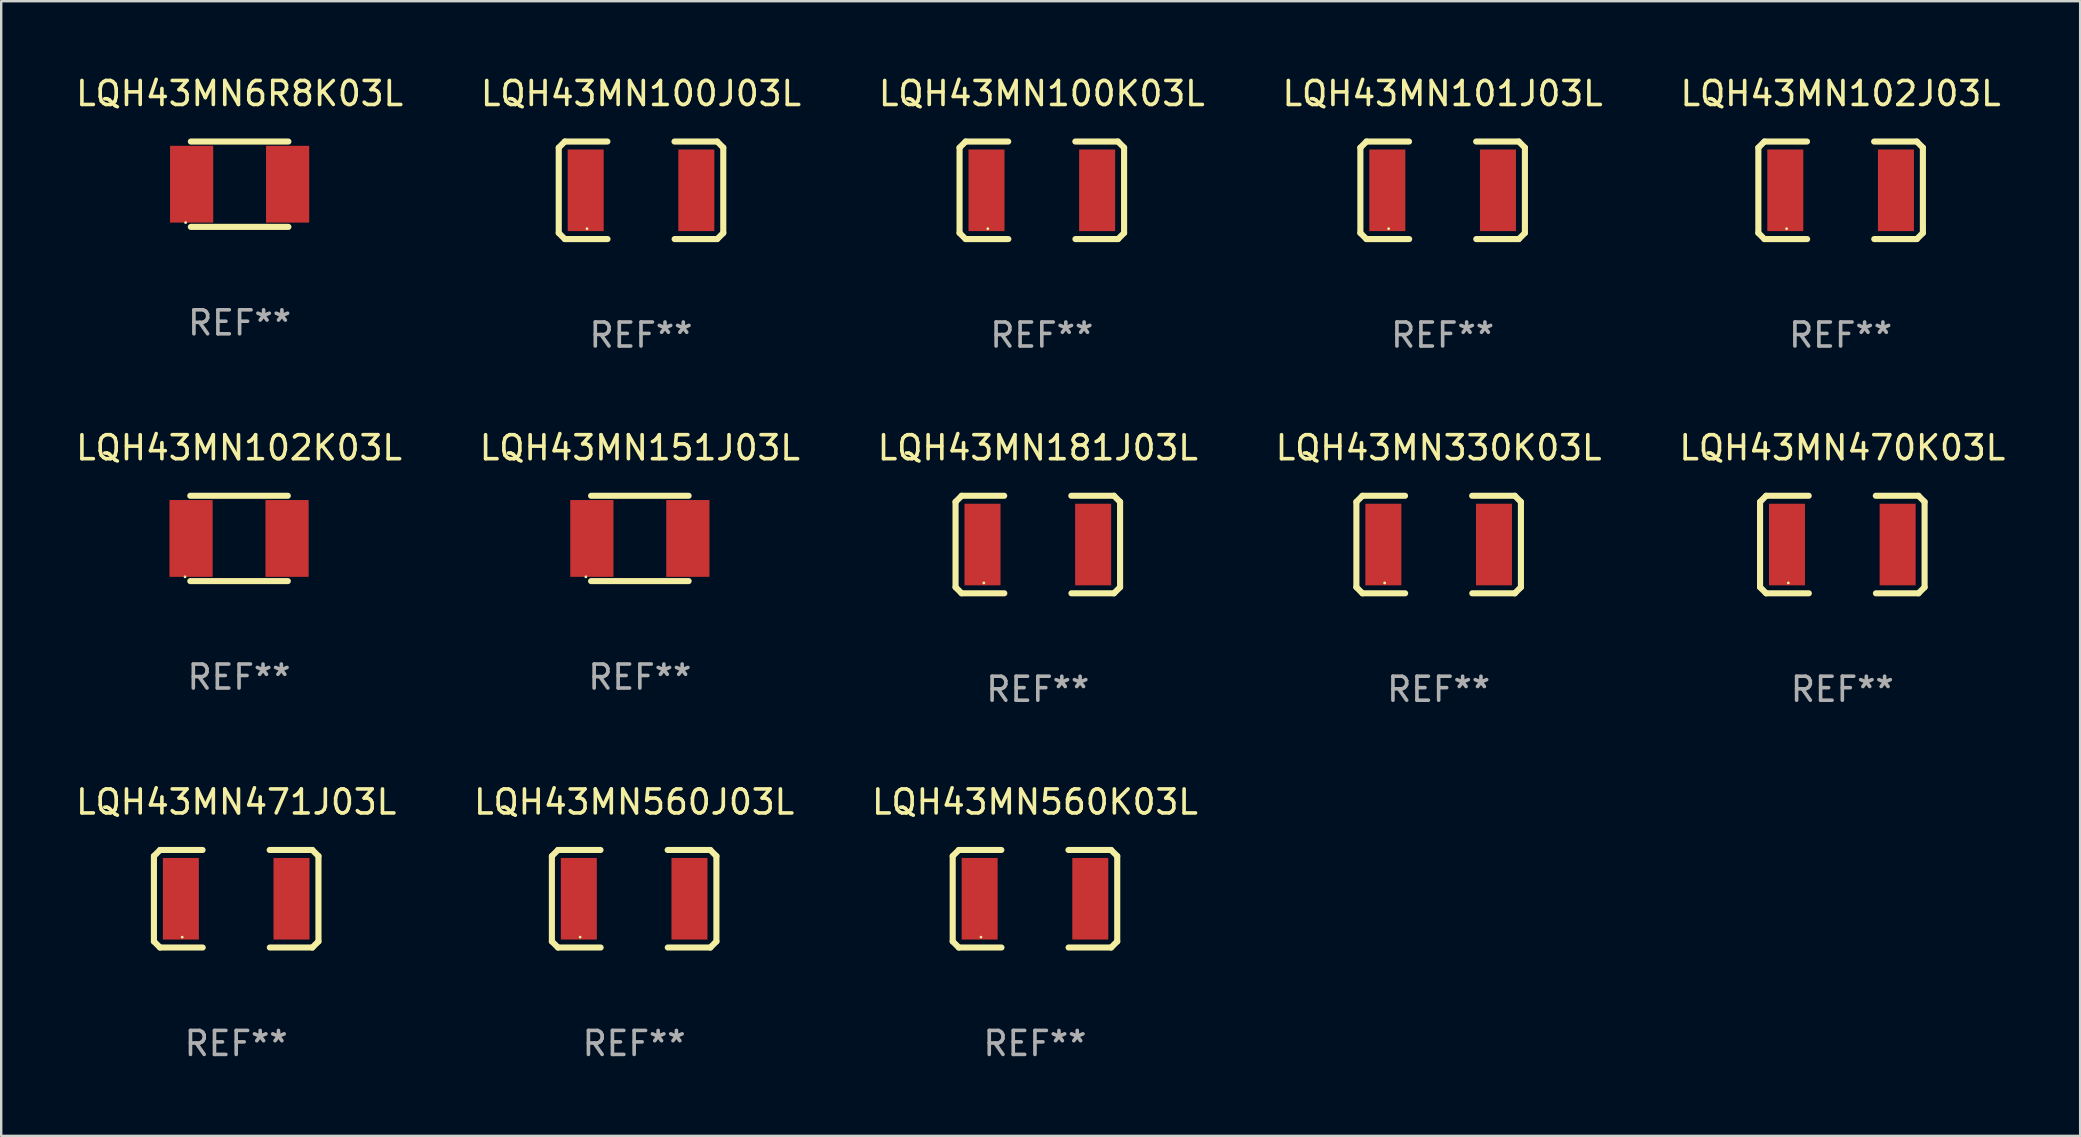
<source format=kicad_pcb>
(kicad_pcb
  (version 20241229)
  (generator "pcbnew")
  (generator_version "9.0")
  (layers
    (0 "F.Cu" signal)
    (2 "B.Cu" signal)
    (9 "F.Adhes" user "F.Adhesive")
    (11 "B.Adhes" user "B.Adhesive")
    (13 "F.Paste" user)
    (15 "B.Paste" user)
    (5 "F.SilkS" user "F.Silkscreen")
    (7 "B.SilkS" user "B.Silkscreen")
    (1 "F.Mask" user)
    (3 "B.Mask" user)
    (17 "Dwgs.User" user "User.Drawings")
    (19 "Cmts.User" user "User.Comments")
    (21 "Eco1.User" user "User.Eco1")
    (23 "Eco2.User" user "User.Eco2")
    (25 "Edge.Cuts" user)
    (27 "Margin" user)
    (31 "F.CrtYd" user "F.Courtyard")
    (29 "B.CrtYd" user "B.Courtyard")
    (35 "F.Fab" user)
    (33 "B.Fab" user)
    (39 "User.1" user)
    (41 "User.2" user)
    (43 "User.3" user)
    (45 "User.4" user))
  (footprint "LQH43MN560J03L"
    (layer "F.Cu")
    (at 23.375 34.401)
    (property "Reference" "LQH43MN560J03L" (at 0 -4.032 0) (layer "F.SilkS") (effects (font (size 1 1) (thickness 0.15))))
    (attr through_hole)
    (fp_line (start -3.428 -1.778) (end -3.174 -2.032) (stroke (width 0.254) (type solid)) (layer "F.SilkS"))
    (fp_line (start -3.428 1.778) (end -3.428 -1.778) (stroke (width 0.254) (type solid)) (layer "F.SilkS"))
    (fp_line (start -3.174 -2.032) (end -1.401 -2.032) (stroke (width 0.254) (type solid)) (layer "F.SilkS"))
    (fp_line (start -3.174 2.032) (end -3.428 1.778) (stroke (width 0.254) (type solid)) (layer "F.SilkS"))
    (fp_line (start -1.396 2.032) (end -3.174 2.032) (stroke (width 0.254) (type solid)) (layer "F.SilkS"))
    (fp_line (start 1.396 -2.032) (end 3.174 -2.032) (stroke (width 0.254) (type solid)) (layer "F.SilkS"))
    (fp_line (start 3.174 -2.032) (end 3.428 -1.778) (stroke (width 0.254) (type solid)) (layer "F.SilkS"))
    (fp_line (start 3.174 2.032) (end 1.401 2.032) (stroke (width 0.254) (type solid)) (layer "F.SilkS"))
    (fp_line (start 3.428 -1.778) (end 3.428 1.778) (stroke (width 0.254) (type solid)) (layer "F.SilkS"))
    (fp_line (start 3.428 1.778) (end 3.174 2.032) (stroke (width 0.254) (type solid)) (layer "F.SilkS"))
    (fp_circle (center -2.25 1.6) (end -2.22 1.6) (stroke (width 0.06) (type solid)) (fill no) (layer "F.SilkS"))
    (fp_text user "REF**" (at 0 6.032 0) (layer "F.Fab") (effects (font (size 1 1) (thickness 0.15))))
    (pad "1" smd rect (at -2.305 0) (size 1.5 3.4) (layers "F.Cu" "F.Mask" "F.Paste"))
    (pad "2" smd rect (at 2.305 0) (size 1.5 3.4) (layers "F.Cu" "F.Mask" "F.Paste")))
  (footprint "LQH43MN151J03L"
    (layer "F.Cu")
    (at 23.613 19.387)
    (property "Reference" "LQH43MN151J03L" (at 0 -3.778 0) (layer "F.SilkS") (effects (font (size 1 1) (thickness 0.15))))
    (attr through_hole)
    (fp_line (start -2.032 -1.778) (end 2.032 -1.778) (stroke (width 0.254) (type solid)) (layer "F.SilkS"))
    (fp_line (start 2.032 1.778) (end -2.032 1.778) (stroke (width 0.254) (type solid)) (layer "F.SilkS"))
    (fp_circle (center -2.25 1.6) (end -2.22 1.6) (stroke (width 0.06) (type solid)) (fill no) (layer "F.SilkS"))
    (fp_text user "REF**" (at 0 5.778 0) (layer "F.Fab") (effects (font (size 1 1) (thickness 0.15))))
    (pad "1" smd rect (at -2 0) (size 1.8 3.2) (layers "F.Cu" "F.Mask" "F.Paste"))
    (pad "2" smd rect (at 2 0) (size 1.8 3.2) (layers "F.Cu" "F.Mask" "F.Paste")))
  (footprint "LQH43MN101J03L"
    (layer "F.Cu")
    (at 57.065 4.88)
    (property "Reference" "LQH43MN101J03L" (at 0 -4.032 0) (layer "F.SilkS") (effects (font (size 1 1) (thickness 0.15))))
    (attr through_hole)
    (fp_line (start -3.428 -1.778) (end -3.174 -2.032) (stroke (width 0.254) (type solid)) (layer "F.SilkS"))
    (fp_line (start -3.428 1.778) (end -3.428 -1.778) (stroke (width 0.254) (type solid)) (layer "F.SilkS"))
    (fp_line (start -3.174 -2.032) (end -1.401 -2.032) (stroke (width 0.254) (type solid)) (layer "F.SilkS"))
    (fp_line (start -3.174 2.032) (end -3.428 1.778) (stroke (width 0.254) (type solid)) (layer "F.SilkS"))
    (fp_line (start -1.396 2.032) (end -3.174 2.032) (stroke (width 0.254) (type solid)) (layer "F.SilkS"))
    (fp_line (start 1.396 -2.032) (end 3.174 -2.032) (stroke (width 0.254) (type solid)) (layer "F.SilkS"))
    (fp_line (start 3.174 -2.032) (end 3.428 -1.778) (stroke (width 0.254) (type solid)) (layer "F.SilkS"))
    (fp_line (start 3.174 2.032) (end 1.401 2.032) (stroke (width 0.254) (type solid)) (layer "F.SilkS"))
    (fp_line (start 3.428 -1.778) (end 3.428 1.778) (stroke (width 0.254) (type solid)) (layer "F.SilkS"))
    (fp_line (start 3.428 1.778) (end 3.174 2.032) (stroke (width 0.254) (type solid)) (layer "F.SilkS"))
    (fp_circle (center -2.25 1.6) (end -2.22 1.6) (stroke (width 0.06) (type solid)) (fill no) (layer "F.SilkS"))
    (fp_text user "REF**" (at 0 6.032 0) (layer "F.Fab") (effects (font (size 1 1) (thickness 0.15))))
    (pad "1" smd rect (at -2.305 0) (size 1.5 3.4) (layers "F.Cu" "F.Mask" "F.Paste"))
    (pad "2" smd rect (at 2.305 0) (size 1.5 3.4) (layers "F.Cu" "F.Mask" "F.Paste")))
  (footprint "LQH43MN330K03L"
    (layer "F.Cu")
    (at 56.899 19.641)
    (property "Reference" "LQH43MN330K03L" (at 0 -4.032 0) (layer "F.SilkS") (effects (font (size 1 1) (thickness 0.15))))
    (attr through_hole)
    (fp_line (start -3.428 -1.778) (end -3.174 -2.032) (stroke (width 0.254) (type solid)) (layer "F.SilkS"))
    (fp_line (start -3.428 1.778) (end -3.428 -1.778) (stroke (width 0.254) (type solid)) (layer "F.SilkS"))
    (fp_line (start -3.174 -2.032) (end -1.401 -2.032) (stroke (width 0.254) (type solid)) (layer "F.SilkS"))
    (fp_line (start -3.174 2.032) (end -3.428 1.778) (stroke (width 0.254) (type solid)) (layer "F.SilkS"))
    (fp_line (start -1.396 2.032) (end -3.174 2.032) (stroke (width 0.254) (type solid)) (layer "F.SilkS"))
    (fp_line (start 1.396 -2.032) (end 3.174 -2.032) (stroke (width 0.254) (type solid)) (layer "F.SilkS"))
    (fp_line (start 3.174 -2.032) (end 3.428 -1.778) (stroke (width 0.254) (type solid)) (layer "F.SilkS"))
    (fp_line (start 3.174 2.032) (end 1.401 2.032) (stroke (width 0.254) (type solid)) (layer "F.SilkS"))
    (fp_line (start 3.428 -1.778) (end 3.428 1.778) (stroke (width 0.254) (type solid)) (layer "F.SilkS"))
    (fp_line (start 3.428 1.778) (end 3.174 2.032) (stroke (width 0.254) (type solid)) (layer "F.SilkS"))
    (fp_circle (center -2.25 1.6) (end -2.22 1.6) (stroke (width 0.06) (type solid)) (fill no) (layer "F.SilkS"))
    (fp_text user "REF**" (at 0 6.032 0) (layer "F.Fab") (effects (font (size 1 1) (thickness 0.15))))
    (pad "1" smd rect (at -2.305 0) (size 1.5 3.4) (layers "F.Cu" "F.Mask" "F.Paste"))
    (pad "2" smd rect (at 2.305 0) (size 1.5 3.4) (layers "F.Cu" "F.Mask" "F.Paste")))
  (footprint "LQH43MN470K03L"
    (layer "F.Cu")
    (at 73.72 19.641)
    (property "Reference" "LQH43MN470K03L" (at 0 -4.032 0) (layer "F.SilkS") (effects (font (size 1 1) (thickness 0.15))))
    (attr through_hole)
    (fp_line (start -3.428 -1.778) (end -3.174 -2.032) (stroke (width 0.254) (type solid)) (layer "F.SilkS"))
    (fp_line (start -3.428 1.778) (end -3.428 -1.778) (stroke (width 0.254) (type solid)) (layer "F.SilkS"))
    (fp_line (start -3.174 -2.032) (end -1.401 -2.032) (stroke (width 0.254) (type solid)) (layer "F.SilkS"))
    (fp_line (start -3.174 2.032) (end -3.428 1.778) (stroke (width 0.254) (type solid)) (layer "F.SilkS"))
    (fp_line (start -1.396 2.032) (end -3.174 2.032) (stroke (width 0.254) (type solid)) (layer "F.SilkS"))
    (fp_line (start 1.396 -2.032) (end 3.174 -2.032) (stroke (width 0.254) (type solid)) (layer "F.SilkS"))
    (fp_line (start 3.174 -2.032) (end 3.428 -1.778) (stroke (width 0.254) (type solid)) (layer "F.SilkS"))
    (fp_line (start 3.174 2.032) (end 1.401 2.032) (stroke (width 0.254) (type solid)) (layer "F.SilkS"))
    (fp_line (start 3.428 -1.778) (end 3.428 1.778) (stroke (width 0.254) (type solid)) (layer "F.SilkS"))
    (fp_line (start 3.428 1.778) (end 3.174 2.032) (stroke (width 0.254) (type solid)) (layer "F.SilkS"))
    (fp_circle (center -2.25 1.6) (end -2.22 1.6) (stroke (width 0.06) (type solid)) (fill no) (layer "F.SilkS"))
    (fp_text user "REF**" (at 0 6.032 0) (layer "F.Fab") (effects (font (size 1 1) (thickness 0.15))))
    (pad "1" smd rect (at -2.305 0) (size 1.5 3.4) (layers "F.Cu" "F.Mask" "F.Paste"))
    (pad "2" smd rect (at 2.305 0) (size 1.5 3.4) (layers "F.Cu" "F.Mask" "F.Paste")))
  (footprint "LQH43MN6R8K03L"
    (layer "F.Cu")
    (at 6.935 4.626)
    (property "Reference" "LQH43MN6R8K03L" (at 0 -3.778 0) (layer "F.SilkS") (effects (font (size 1 1) (thickness 0.15))))
    (attr through_hole)
    (fp_line (start -2.032 -1.778) (end 2.032 -1.778) (stroke (width 0.254) (type solid)) (layer "F.SilkS"))
    (fp_line (start 2.032 1.778) (end -2.032 1.778) (stroke (width 0.254) (type solid)) (layer "F.SilkS"))
    (fp_circle (center -2.25 1.6) (end -2.22 1.6) (stroke (width 0.06) (type solid)) (fill no) (layer "F.SilkS"))
    (fp_text user "REF**" (at 0 5.778 0) (layer "F.Fab") (effects (font (size 1 1) (thickness 0.15))))
    (pad "1" smd rect (at -2 0) (size 1.8 3.2) (layers "F.Cu" "F.Mask" "F.Paste"))
    (pad "2" smd rect (at 2 0) (size 1.8 3.2) (layers "F.Cu" "F.Mask" "F.Paste")))
  (footprint "LQH43MN181J03L"
    (layer "F.Cu")
    (at 40.196 19.641)
    (property "Reference" "LQH43MN181J03L" (at 0 -4.032 0) (layer "F.SilkS") (effects (font (size 1 1) (thickness 0.15))))
    (attr through_hole)
    (fp_line (start -3.428 -1.778) (end -3.174 -2.032) (stroke (width 0.254) (type solid)) (layer "F.SilkS"))
    (fp_line (start -3.428 1.778) (end -3.428 -1.778) (stroke (width 0.254) (type solid)) (layer "F.SilkS"))
    (fp_line (start -3.174 -2.032) (end -1.401 -2.032) (stroke (width 0.254) (type solid)) (layer "F.SilkS"))
    (fp_line (start -3.174 2.032) (end -3.428 1.778) (stroke (width 0.254) (type solid)) (layer "F.SilkS"))
    (fp_line (start -1.396 2.032) (end -3.174 2.032) (stroke (width 0.254) (type solid)) (layer "F.SilkS"))
    (fp_line (start 1.396 -2.032) (end 3.174 -2.032) (stroke (width 0.254) (type solid)) (layer "F.SilkS"))
    (fp_line (start 3.174 -2.032) (end 3.428 -1.778) (stroke (width 0.254) (type solid)) (layer "F.SilkS"))
    (fp_line (start 3.174 2.032) (end 1.401 2.032) (stroke (width 0.254) (type solid)) (layer "F.SilkS"))
    (fp_line (start 3.428 -1.778) (end 3.428 1.778) (stroke (width 0.254) (type solid)) (layer "F.SilkS"))
    (fp_line (start 3.428 1.778) (end 3.174 2.032) (stroke (width 0.254) (type solid)) (layer "F.SilkS"))
    (fp_circle (center -2.25 1.6) (end -2.22 1.6) (stroke (width 0.06) (type solid)) (fill no) (layer "F.SilkS"))
    (fp_text user "REF**" (at 0 6.032 0) (layer "F.Fab") (effects (font (size 1 1) (thickness 0.15))))
    (pad "1" smd rect (at -2.305 0) (size 1.5 3.4) (layers "F.Cu" "F.Mask" "F.Paste"))
    (pad "2" smd rect (at 2.305 0) (size 1.5 3.4) (layers "F.Cu" "F.Mask" "F.Paste")))
  (footprint "LQH43MN102J03L"
    (layer "F.Cu")
    (at 73.649 4.88)
    (property "Reference" "LQH43MN102J03L" (at 0 -4.032 0) (layer "F.SilkS") (effects (font (size 1 1) (thickness 0.15))))
    (attr through_hole)
    (fp_line (start -3.428 -1.778) (end -3.174 -2.032) (stroke (width 0.254) (type solid)) (layer "F.SilkS"))
    (fp_line (start -3.428 1.778) (end -3.428 -1.778) (stroke (width 0.254) (type solid)) (layer "F.SilkS"))
    (fp_line (start -3.174 -2.032) (end -1.401 -2.032) (stroke (width 0.254) (type solid)) (layer "F.SilkS"))
    (fp_line (start -3.174 2.032) (end -3.428 1.778) (stroke (width 0.254) (type solid)) (layer "F.SilkS"))
    (fp_line (start -1.396 2.032) (end -3.174 2.032) (stroke (width 0.254) (type solid)) (layer "F.SilkS"))
    (fp_line (start 1.396 -2.032) (end 3.174 -2.032) (stroke (width 0.254) (type solid)) (layer "F.SilkS"))
    (fp_line (start 3.174 -2.032) (end 3.428 -1.778) (stroke (width 0.254) (type solid)) (layer "F.SilkS"))
    (fp_line (start 3.174 2.032) (end 1.401 2.032) (stroke (width 0.254) (type solid)) (layer "F.SilkS"))
    (fp_line (start 3.428 -1.778) (end 3.428 1.778) (stroke (width 0.254) (type solid)) (layer "F.SilkS"))
    (fp_line (start 3.428 1.778) (end 3.174 2.032) (stroke (width 0.254) (type solid)) (layer "F.SilkS"))
    (fp_circle (center -2.25 1.6) (end -2.22 1.6) (stroke (width 0.06) (type solid)) (fill no) (layer "F.SilkS"))
    (fp_text user "REF**" (at 0 6.032 0) (layer "F.Fab") (effects (font (size 1 1) (thickness 0.15))))
    (pad "1" smd rect (at -2.305 0) (size 1.5 3.4) (layers "F.Cu" "F.Mask" "F.Paste"))
    (pad "2" smd rect (at 2.305 0) (size 1.5 3.4) (layers "F.Cu" "F.Mask" "F.Paste")))
  (footprint "LQH43MN560K03L"
    (layer "F.Cu")
    (at 40.077 34.401)
    (property "Reference" "LQH43MN560K03L" (at 0 -4.032 0) (layer "F.SilkS") (effects (font (size 1 1) (thickness 0.15))))
    (attr through_hole)
    (fp_line (start -3.428 -1.778) (end -3.174 -2.032) (stroke (width 0.254) (type solid)) (layer "F.SilkS"))
    (fp_line (start -3.428 1.778) (end -3.428 -1.778) (stroke (width 0.254) (type solid)) (layer "F.SilkS"))
    (fp_line (start -3.174 -2.032) (end -1.401 -2.032) (stroke (width 0.254) (type solid)) (layer "F.SilkS"))
    (fp_line (start -3.174 2.032) (end -3.428 1.778) (stroke (width 0.254) (type solid)) (layer "F.SilkS"))
    (fp_line (start -1.396 2.032) (end -3.174 2.032) (stroke (width 0.254) (type solid)) (layer "F.SilkS"))
    (fp_line (start 1.396 -2.032) (end 3.174 -2.032) (stroke (width 0.254) (type solid)) (layer "F.SilkS"))
    (fp_line (start 3.174 -2.032) (end 3.428 -1.778) (stroke (width 0.254) (type solid)) (layer "F.SilkS"))
    (fp_line (start 3.174 2.032) (end 1.401 2.032) (stroke (width 0.254) (type solid)) (layer "F.SilkS"))
    (fp_line (start 3.428 -1.778) (end 3.428 1.778) (stroke (width 0.254) (type solid)) (layer "F.SilkS"))
    (fp_line (start 3.428 1.778) (end 3.174 2.032) (stroke (width 0.254) (type solid)) (layer "F.SilkS"))
    (fp_circle (center -2.25 1.6) (end -2.22 1.6) (stroke (width 0.06) (type solid)) (fill no) (layer "F.SilkS"))
    (fp_text user "REF**" (at 0 6.032 0) (layer "F.Fab") (effects (font (size 1 1) (thickness 0.15))))
    (pad "1" smd rect (at -2.305 0) (size 1.5 3.4) (layers "F.Cu" "F.Mask" "F.Paste"))
    (pad "2" smd rect (at 2.305 0) (size 1.5 3.4) (layers "F.Cu" "F.Mask" "F.Paste")))
  (footprint "LQH43MN100K03L"
    (layer "F.Cu")
    (at 40.363 4.88)
    (property "Reference" "LQH43MN100K03L" (at 0 -4.032 0) (layer "F.SilkS") (effects (font (size 1 1) (thickness 0.15))))
    (attr through_hole)
    (fp_line (start -3.428 -1.778) (end -3.174 -2.032) (stroke (width 0.254) (type solid)) (layer "F.SilkS"))
    (fp_line (start -3.428 1.778) (end -3.428 -1.778) (stroke (width 0.254) (type solid)) (layer "F.SilkS"))
    (fp_line (start -3.174 -2.032) (end -1.401 -2.032) (stroke (width 0.254) (type solid)) (layer "F.SilkS"))
    (fp_line (start -3.174 2.032) (end -3.428 1.778) (stroke (width 0.254) (type solid)) (layer "F.SilkS"))
    (fp_line (start -1.396 2.032) (end -3.174 2.032) (stroke (width 0.254) (type solid)) (layer "F.SilkS"))
    (fp_line (start 1.396 -2.032) (end 3.174 -2.032) (stroke (width 0.254) (type solid)) (layer "F.SilkS"))
    (fp_line (start 3.174 -2.032) (end 3.428 -1.778) (stroke (width 0.254) (type solid)) (layer "F.SilkS"))
    (fp_line (start 3.174 2.032) (end 1.401 2.032) (stroke (width 0.254) (type solid)) (layer "F.SilkS"))
    (fp_line (start 3.428 -1.778) (end 3.428 1.778) (stroke (width 0.254) (type solid)) (layer "F.SilkS"))
    (fp_line (start 3.428 1.778) (end 3.174 2.032) (stroke (width 0.254) (type solid)) (layer "F.SilkS"))
    (fp_circle (center -2.25 1.6) (end -2.22 1.6) (stroke (width 0.06) (type solid)) (fill no) (layer "F.SilkS"))
    (fp_text user "REF**" (at 0 6.032 0) (layer "F.Fab") (effects (font (size 1 1) (thickness 0.15))))
    (pad "1" smd rect (at -2.305 0) (size 1.5 3.4) (layers "F.Cu" "F.Mask" "F.Paste"))
    (pad "2" smd rect (at 2.305 0) (size 1.5 3.4) (layers "F.Cu" "F.Mask" "F.Paste")))
  (footprint "LQH43MN102K03L"
    (layer "F.Cu")
    (at 6.911 19.387)
    (property "Reference" "LQH43MN102K03L" (at 0 -3.778 0) (layer "F.SilkS") (effects (font (size 1 1) (thickness 0.15))))
    (attr through_hole)
    (fp_line (start -2.032 -1.778) (end 2.032 -1.778) (stroke (width 0.254) (type solid)) (layer "F.SilkS"))
    (fp_line (start 2.032 1.778) (end -2.032 1.778) (stroke (width 0.254) (type solid)) (layer "F.SilkS"))
    (fp_circle (center -2.25 1.6) (end -2.22 1.6) (stroke (width 0.06) (type solid)) (fill no) (layer "F.SilkS"))
    (fp_text user "REF**" (at 0 5.778 0) (layer "F.Fab") (effects (font (size 1 1) (thickness 0.15))))
    (pad "1" smd rect (at -2 0) (size 1.8 3.2) (layers "F.Cu" "F.Mask" "F.Paste"))
    (pad "2" smd rect (at 2 0) (size 1.8 3.2) (layers "F.Cu" "F.Mask" "F.Paste")))
  (footprint "LQH43MN471J03L"
    (layer "F.Cu")
    (at 6.792 34.401)
    (property "Reference" "LQH43MN471J03L" (at 0 -4.032 0) (layer "F.SilkS") (effects (font (size 1 1) (thickness 0.15))))
    (attr through_hole)
    (fp_line (start -3.428 -1.778) (end -3.174 -2.032) (stroke (width 0.254) (type solid)) (layer "F.SilkS"))
    (fp_line (start -3.428 1.778) (end -3.428 -1.778) (stroke (width 0.254) (type solid)) (layer "F.SilkS"))
    (fp_line (start -3.174 -2.032) (end -1.401 -2.032) (stroke (width 0.254) (type solid)) (layer "F.SilkS"))
    (fp_line (start -3.174 2.032) (end -3.428 1.778) (stroke (width 0.254) (type solid)) (layer "F.SilkS"))
    (fp_line (start -1.396 2.032) (end -3.174 2.032) (stroke (width 0.254) (type solid)) (layer "F.SilkS"))
    (fp_line (start 1.396 -2.032) (end 3.174 -2.032) (stroke (width 0.254) (type solid)) (layer "F.SilkS"))
    (fp_line (start 3.174 -2.032) (end 3.428 -1.778) (stroke (width 0.254) (type solid)) (layer "F.SilkS"))
    (fp_line (start 3.174 2.032) (end 1.401 2.032) (stroke (width 0.254) (type solid)) (layer "F.SilkS"))
    (fp_line (start 3.428 -1.778) (end 3.428 1.778) (stroke (width 0.254) (type solid)) (layer "F.SilkS"))
    (fp_line (start 3.428 1.778) (end 3.174 2.032) (stroke (width 0.254) (type solid)) (layer "F.SilkS"))
    (fp_circle (center -2.25 1.6) (end -2.22 1.6) (stroke (width 0.06) (type solid)) (fill no) (layer "F.SilkS"))
    (fp_text user "REF**" (at 0 6.032 0) (layer "F.Fab") (effects (font (size 1 1) (thickness 0.15))))
    (pad "1" smd rect (at -2.305 0) (size 1.5 3.4) (layers "F.Cu" "F.Mask" "F.Paste"))
    (pad "2" smd rect (at 2.305 0) (size 1.5 3.4) (layers "F.Cu" "F.Mask" "F.Paste")))
  (footprint "LQH43MN100J03L"
    (layer "F.Cu")
    (at 23.661 4.88)
    (property "Reference" "LQH43MN100J03L" (at 0 -4.032 0) (layer "F.SilkS") (effects (font (size 1 1) (thickness 0.15))))
    (attr through_hole)
    (fp_line (start -3.428 -1.778) (end -3.174 -2.032) (stroke (width 0.254) (type solid)) (layer "F.SilkS"))
    (fp_line (start -3.428 1.778) (end -3.428 -1.778) (stroke (width 0.254) (type solid)) (layer "F.SilkS"))
    (fp_line (start -3.174 -2.032) (end -1.401 -2.032) (stroke (width 0.254) (type solid)) (layer "F.SilkS"))
    (fp_line (start -3.174 2.032) (end -3.428 1.778) (stroke (width 0.254) (type solid)) (layer "F.SilkS"))
    (fp_line (start -1.396 2.032) (end -3.174 2.032) (stroke (width 0.254) (type solid)) (layer "F.SilkS"))
    (fp_line (start 1.396 -2.032) (end 3.174 -2.032) (stroke (width 0.254) (type solid)) (layer "F.SilkS"))
    (fp_line (start 3.174 -2.032) (end 3.428 -1.778) (stroke (width 0.254) (type solid)) (layer "F.SilkS"))
    (fp_line (start 3.174 2.032) (end 1.401 2.032) (stroke (width 0.254) (type solid)) (layer "F.SilkS"))
    (fp_line (start 3.428 -1.778) (end 3.428 1.778) (stroke (width 0.254) (type solid)) (layer "F.SilkS"))
    (fp_line (start 3.428 1.778) (end 3.174 2.032) (stroke (width 0.254) (type solid)) (layer "F.SilkS"))
    (fp_circle (center -2.25 1.6) (end -2.22 1.6) (stroke (width 0.06) (type solid)) (fill no) (layer "F.SilkS"))
    (fp_text user "REF**" (at 0 6.032 0) (layer "F.Fab") (effects (font (size 1 1) (thickness 0.15))))
    (pad "1" smd rect (at -2.305 0) (size 1.5 3.4) (layers "F.Cu" "F.Mask" "F.Paste"))
    (pad "2" smd rect (at 2.305 0) (size 1.5 3.4) (layers "F.Cu" "F.Mask" "F.Paste")))
  (gr_rect
    (start -3 -3)
    (end 83.631 44.282)
    (stroke (width 0.1) (type default))
    (fill no)
    (layer "Edge.Cuts")))
</source>
